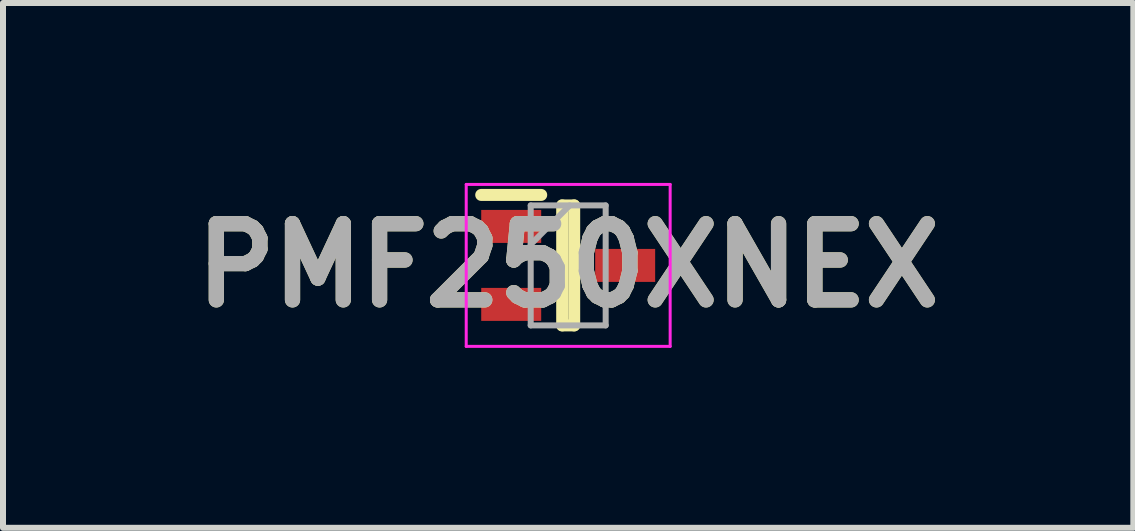
<source format=kicad_pcb>
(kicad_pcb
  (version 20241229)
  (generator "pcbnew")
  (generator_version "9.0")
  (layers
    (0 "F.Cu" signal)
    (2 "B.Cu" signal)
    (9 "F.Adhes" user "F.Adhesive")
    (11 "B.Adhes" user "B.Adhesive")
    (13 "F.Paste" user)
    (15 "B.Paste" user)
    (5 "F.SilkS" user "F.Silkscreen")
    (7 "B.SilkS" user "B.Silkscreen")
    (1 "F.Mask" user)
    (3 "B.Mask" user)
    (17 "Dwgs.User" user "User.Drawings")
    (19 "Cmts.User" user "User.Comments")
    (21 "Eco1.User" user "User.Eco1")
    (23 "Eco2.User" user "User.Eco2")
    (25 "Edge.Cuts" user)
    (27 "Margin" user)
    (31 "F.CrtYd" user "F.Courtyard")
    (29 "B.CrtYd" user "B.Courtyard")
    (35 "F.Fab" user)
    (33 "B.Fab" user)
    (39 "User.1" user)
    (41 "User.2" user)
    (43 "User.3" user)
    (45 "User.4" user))
  (footprint "PMF250XNEX"
    (layer "F.Cu")
    (at 6.423 1.375)
    (property "Reference" "PMF250XNEX" (at 0 0 0) (layer "F.SilkS") (effects (font (size 1.27 1.27) (thickness 0.254))))
    (attr smd)
    (fp_line (start -1.45 -1.175) (end -0.45 -1.175) (stroke (width 0.2) (type solid)) (layer "F.SilkS"))
    (fp_line (start -0.1 -1) (end 0.1 -1) (stroke (width 0.2) (type solid)) (layer "F.SilkS"))
    (fp_line (start -0.1 1) (end -0.1 -1) (stroke (width 0.2) (type solid)) (layer "F.SilkS"))
    (fp_line (start 0.1 -1) (end 0.1 1) (stroke (width 0.2) (type solid)) (layer "F.SilkS"))
    (fp_line (start 0.1 1) (end -0.1 1) (stroke (width 0.2) (type solid)) (layer "F.SilkS"))
    (fp_line (start -1.7 -1.35) (end 1.7 -1.35) (stroke (width 0.05) (type solid)) (layer "F.CrtYd"))
    (fp_line (start -1.7 1.35) (end -1.7 -1.35) (stroke (width 0.05) (type solid)) (layer "F.CrtYd"))
    (fp_line (start 1.7 -1.35) (end 1.7 1.35) (stroke (width 0.05) (type solid)) (layer "F.CrtYd"))
    (fp_line (start 1.7 1.35) (end -1.7 1.35) (stroke (width 0.05) (type solid)) (layer "F.CrtYd"))
    (fp_line (start -0.625 -1) (end 0.625 -1) (stroke (width 0.1) (type solid)) (layer "F.Fab"))
    (fp_line (start -0.625 -0.35) (end 0.025 -1) (stroke (width 0.1) (type solid)) (layer "F.Fab"))
    (fp_line (start -0.625 1) (end -0.625 -1) (stroke (width 0.1) (type solid)) (layer "F.Fab"))
    (fp_line (start 0.625 -1) (end 0.625 1) (stroke (width 0.1) (type solid)) (layer "F.Fab"))
    (fp_line (start 0.625 1) (end -0.625 1) (stroke (width 0.1) (type solid)) (layer "F.Fab"))
    (fp_text user "${REFERENCE}" (at 0 0 0) (layer "F.Fab") (effects (font (size 1.27 1.27) (thickness 0.254))))
    (pad "1" smd rect (at -0.95 -0.65 90) (size 0.55 1) (layers "F.Cu" "F.Mask" "F.Paste"))
    (pad "2" smd rect (at -0.95 0.65 90) (size 0.55 1) (layers "F.Cu" "F.Mask" "F.Paste"))
    (pad "3" smd rect (at 0.95 0 90) (size 0.55 1) (layers "F.Cu" "F.Mask" "F.Paste")))
  (gr_rect
    (start -3 -3)
    (end 15.845 5.75)
    (stroke (width 0.1) (type default))
    (fill no)
    (layer "Edge.Cuts")))
</source>
